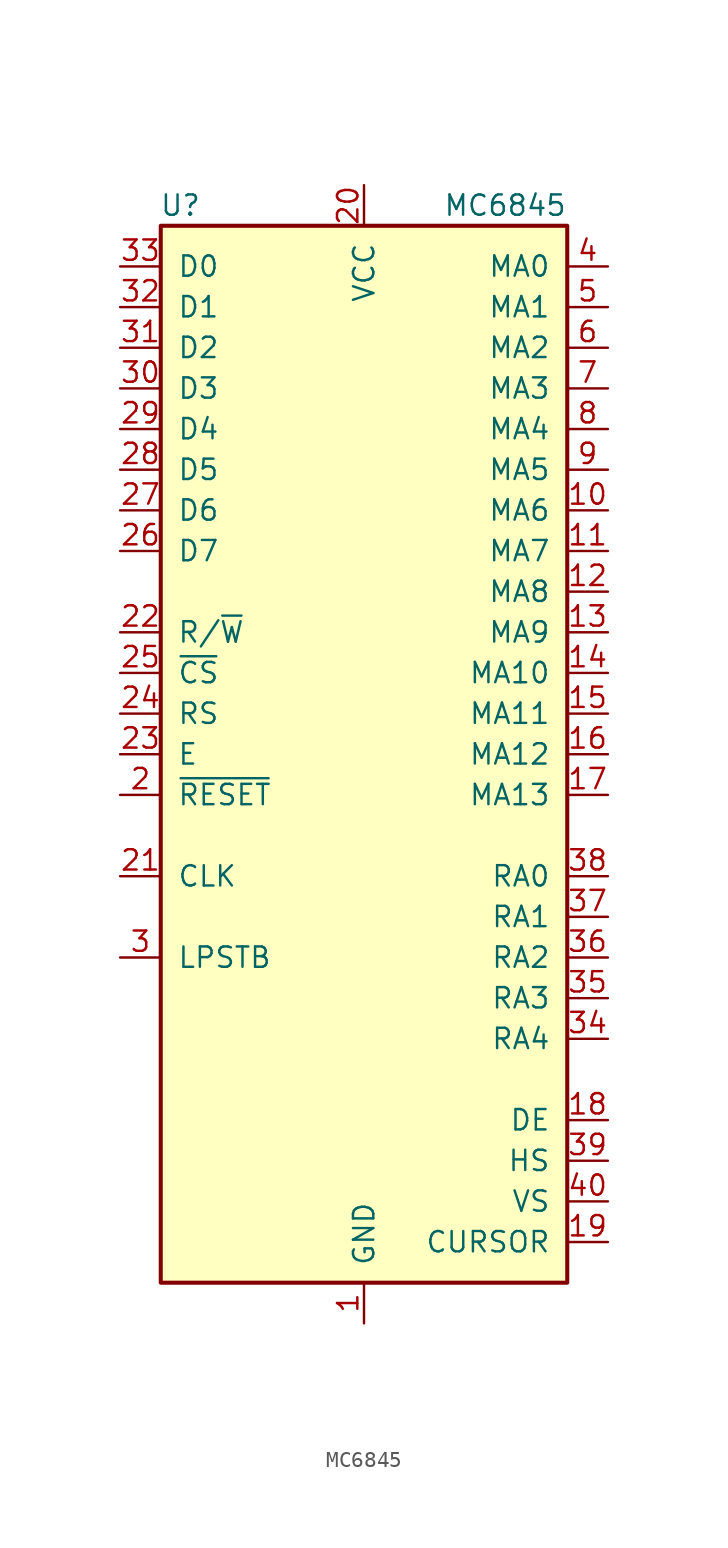
<source format=kicad_sym>
(kicad_symbol_lib
  (version 20201005)
  (generator kicad_symbol_editor)
  (symbol "GPU:MC6845"
    (pin_names
      (offset 1.016))
    (property "Reference" "U"
      (at -10.16 34.29 0)
      (effects (font (size 1.27 1.27)) (justify right)))
    (property "Value" "MC6845"
      (at 12.7 34.29 0)
      (effects (font (size 1.27 1.27)) (justify right)))
    (symbol "MC6845_0_1"
      (rectangle (start -12.7 -33.02) (end 12.7 33.02) (stroke (width 0.254)) (fill (type background))))
    (symbol "MC6845_1_1"
      (pin power_in line (at 0 -35.56 90) (length 2.54) (name "GND" (effects (font (size 1.27 1.27)))) (number "1" (effects (font (size 1.27 1.27)))))
      (pin output line (at 15.24 15.24 180) (length 2.54) (name "MA6" (effects (font (size 1.27 1.27)))) (number "10" (effects (font (size 1.27 1.27)))))
      (pin output line (at 15.24 12.7 180) (length 2.54) (name "MA7" (effects (font (size 1.27 1.27)))) (number "11" (effects (font (size 1.27 1.27)))))
      (pin output line (at 15.24 10.16 180) (length 2.54) (name "MA8" (effects (font (size 1.27 1.27)))) (number "12" (effects (font (size 1.27 1.27)))))
      (pin output line (at 15.24 7.62 180) (length 2.54) (name "MA9" (effects (font (size 1.27 1.27)))) (number "13" (effects (font (size 1.27 1.27)))))
      (pin output line (at 15.24 5.08 180) (length 2.54) (name "MA10" (effects (font (size 1.27 1.27)))) (number "14" (effects (font (size 1.27 1.27)))))
      (pin output line (at 15.24 2.54 180) (length 2.54) (name "MA11" (effects (font (size 1.27 1.27)))) (number "15" (effects (font (size 1.27 1.27)))))
      (pin output line (at 15.24 0 180) (length 2.54) (name "MA12" (effects (font (size 1.27 1.27)))) (number "16" (effects (font (size 1.27 1.27)))))
      (pin output line (at 15.24 -2.54 180) (length 2.54) (name "MA13" (effects (font (size 1.27 1.27)))) (number "17" (effects (font (size 1.27 1.27)))))
      (pin output line (at 15.24 -22.86 180) (length 2.54) (name "DE" (effects (font (size 1.27 1.27)))) (number "18" (effects (font (size 1.27 1.27)))))
      (pin output line (at 15.24 -30.48 180) (length 2.54) (name "CURSOR" (effects (font (size 1.27 1.27)))) (number "19" (effects (font (size 1.27 1.27)))))
      (pin input line (at -15.24 -2.54 0) (length 2.54) (name "~RESET" (effects (font (size 1.27 1.27)))) (number "2" (effects (font (size 1.27 1.27)))))
      (pin power_in line (at 0 35.56 270) (length 2.54) (name "VCC" (effects (font (size 1.27 1.27)))) (number "20" (effects (font (size 1.27 1.27)))))
      (pin input line (at -15.24 -7.62 0) (length 2.54) (name "CLK" (effects (font (size 1.27 1.27)))) (number "21" (effects (font (size 1.27 1.27)))))
      (pin input line (at -15.24 7.62 0) (length 2.54) (name "R/~W" (effects (font (size 1.27 1.27)))) (number "22" (effects (font (size 1.27 1.27)))))
      (pin input line (at -15.24 0 0) (length 2.54) (name "E" (effects (font (size 1.27 1.27)))) (number "23" (effects (font (size 1.27 1.27)))))
      (pin input line (at -15.24 2.54 0) (length 2.54) (name "RS" (effects (font (size 1.27 1.27)))) (number "24" (effects (font (size 1.27 1.27)))))
      (pin input line (at -15.24 5.08 0) (length 2.54) (name "~CS" (effects (font (size 1.27 1.27)))) (number "25" (effects (font (size 1.27 1.27)))))
      (pin bidirectional line (at -15.24 12.7 0) (length 2.54) (name "D7" (effects (font (size 1.27 1.27)))) (number "26" (effects (font (size 1.27 1.27)))))
      (pin bidirectional line (at -15.24 15.24 0) (length 2.54) (name "D6" (effects (font (size 1.27 1.27)))) (number "27" (effects (font (size 1.27 1.27)))))
      (pin bidirectional line (at -15.24 17.78 0) (length 2.54) (name "D5" (effects (font (size 1.27 1.27)))) (number "28" (effects (font (size 1.27 1.27)))))
      (pin bidirectional line (at -15.24 20.32 0) (length 2.54) (name "D4" (effects (font (size 1.27 1.27)))) (number "29" (effects (font (size 1.27 1.27)))))
      (pin input line (at -15.24 -12.7 0) (length 2.54) (name "LPSTB" (effects (font (size 1.27 1.27)))) (number "3" (effects (font (size 1.27 1.27)))))
      (pin bidirectional line (at -15.24 22.86 0) (length 2.54) (name "D3" (effects (font (size 1.27 1.27)))) (number "30" (effects (font (size 1.27 1.27)))))
      (pin bidirectional line (at -15.24 25.4 0) (length 2.54) (name "D2" (effects (font (size 1.27 1.27)))) (number "31" (effects (font (size 1.27 1.27)))))
      (pin bidirectional line (at -15.24 27.94 0) (length 2.54) (name "D1" (effects (font (size 1.27 1.27)))) (number "32" (effects (font (size 1.27 1.27)))))
      (pin bidirectional line (at -15.24 30.48 0) (length 2.54) (name "D0" (effects (font (size 1.27 1.27)))) (number "33" (effects (font (size 1.27 1.27)))))
      (pin output line (at 15.24 -17.78 180) (length 2.54) (name "RA4" (effects (font (size 1.27 1.27)))) (number "34" (effects (font (size 1.27 1.27)))))
      (pin output line (at 15.24 -15.24 180) (length 2.54) (name "RA3" (effects (font (size 1.27 1.27)))) (number "35" (effects (font (size 1.27 1.27)))))
      (pin output line (at 15.24 -12.7 180) (length 2.54) (name "RA2" (effects (font (size 1.27 1.27)))) (number "36" (effects (font (size 1.27 1.27)))))
      (pin output line (at 15.24 -10.16 180) (length 2.54) (name "RA1" (effects (font (size 1.27 1.27)))) (number "37" (effects (font (size 1.27 1.27)))))
      (pin output line (at 15.24 -7.62 180) (length 2.54) (name "RA0" (effects (font (size 1.27 1.27)))) (number "38" (effects (font (size 1.27 1.27)))))
      (pin output line (at 15.24 -25.4 180) (length 2.54) (name "HS" (effects (font (size 1.27 1.27)))) (number "39" (effects (font (size 1.27 1.27)))))
      (pin output line (at 15.24 30.48 180) (length 2.54) (name "MA0" (effects (font (size 1.27 1.27)))) (number "4" (effects (font (size 1.27 1.27)))))
      (pin output line (at 15.24 -27.94 180) (length 2.54) (name "VS" (effects (font (size 1.27 1.27)))) (number "40" (effects (font (size 1.27 1.27)))))
      (pin output line (at 15.24 27.94 180) (length 2.54) (name "MA1" (effects (font (size 1.27 1.27)))) (number "5" (effects (font (size 1.27 1.27)))))
      (pin output line (at 15.24 25.4 180) (length 2.54) (name "MA2" (effects (font (size 1.27 1.27)))) (number "6" (effects (font (size 1.27 1.27)))))
      (pin output line (at 15.24 22.86 180) (length 2.54) (name "MA3" (effects (font (size 1.27 1.27)))) (number "7" (effects (font (size 1.27 1.27)))))
      (pin output line (at 15.24 20.32 180) (length 2.54) (name "MA4" (effects (font (size 1.27 1.27)))) (number "8" (effects (font (size 1.27 1.27)))))
      (pin output line (at 15.24 17.78 180) (length 2.54) (name "MA5" (effects (font (size 1.27 1.27)))) (number "9" (effects (font (size 1.27 1.27))))))))
</source>
